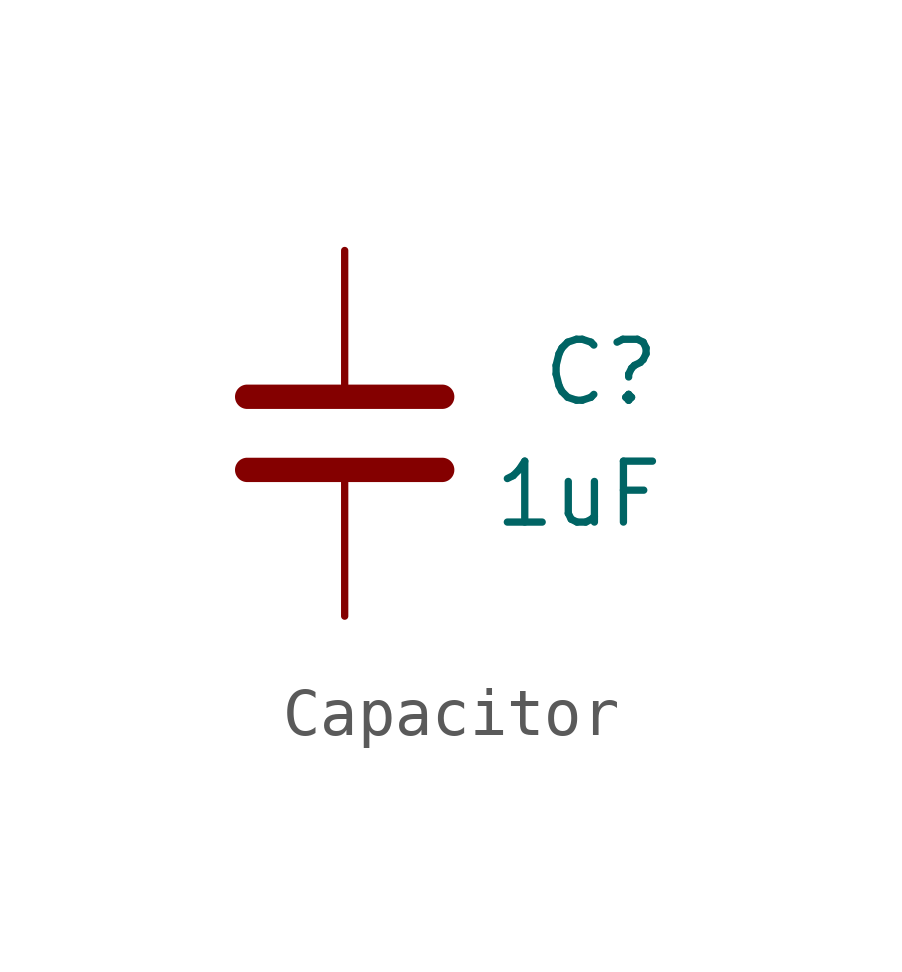
<source format=kicad_sym>
(kicad_symbol_lib
  (version 20241209)
  (generator "kicad_symbol_editor")
  (generator_version "9.0")
  (symbol "Capacitor"
    (pin_numbers
      (hide yes))
    (pin_names
      (offset 0.254))
    (property "Reference" "C"
      (at 4.064 1.27 0)
      (effects (font (size 1.27 1.27)) (justify left)))
    (property "Value" "1uF"
      (at 3.048 -1.27 0)
      (effects (font (size 1.27 1.27)) (justify left)))
    (symbol "Capacitor_0_1"
      (polyline (pts (xy -2.032 0.762) (xy 2.032 0.762)) (stroke (width 0.508) (type default)) (fill (type none)))
      (polyline (pts (xy -2.032 -0.762) (xy 2.032 -0.762)) (stroke (width 0.508) (type default)) (fill (type none))))
    (symbol "Capacitor_1_1"
      (pin passive line (at 0 3.81 270) (length 2.794) (name "~" (effects (font (size 1.27 1.27)))) (number "1" (effects (font (size 1.27 1.27)))))
      (pin passive line (at 0 -3.81 90) (length 2.794) (name "~" (effects (font (size 1.27 1.27)))) (number "2" (effects (font (size 1.27 1.27))))))))
</source>
